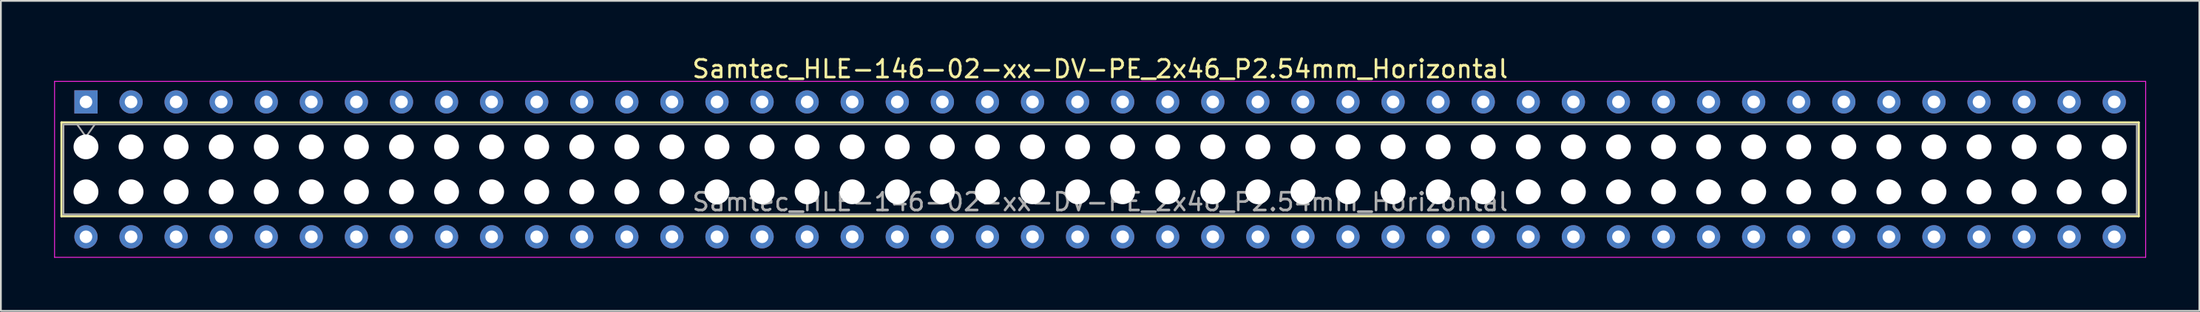
<source format=kicad_pcb>
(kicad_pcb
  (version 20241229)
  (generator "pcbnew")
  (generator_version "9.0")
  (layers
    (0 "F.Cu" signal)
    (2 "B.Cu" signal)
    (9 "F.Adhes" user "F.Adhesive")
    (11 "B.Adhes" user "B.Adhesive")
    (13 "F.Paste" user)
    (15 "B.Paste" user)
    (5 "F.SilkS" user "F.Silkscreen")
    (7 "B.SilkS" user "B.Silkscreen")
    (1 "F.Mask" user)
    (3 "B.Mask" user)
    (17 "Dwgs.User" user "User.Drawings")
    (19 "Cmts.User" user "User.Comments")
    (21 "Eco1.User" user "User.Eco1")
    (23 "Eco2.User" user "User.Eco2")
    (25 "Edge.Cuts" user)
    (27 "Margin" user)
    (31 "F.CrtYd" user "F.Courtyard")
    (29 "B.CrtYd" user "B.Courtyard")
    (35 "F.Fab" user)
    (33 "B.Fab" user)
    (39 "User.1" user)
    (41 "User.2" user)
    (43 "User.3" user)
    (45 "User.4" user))
  (footprint "Samtec_HLE-146-02-xx-DV-PE_2x46_P2.54mm_Horizontal"
    (layer "F.Cu")
    (at 1.795 2.708)
    (property "Reference" "Samtec_HLE-146-02-xx-DV-PE_2x46_P2.54mm_Horizontal" (at 57.15 -1.86 0) (layer "F.SilkS") (effects (font (size 1 1) (thickness 0.15))))
    (attr through_hole)
    (fp_line (start -1.38 1.16) (end 115.68 1.16) (stroke (width 0.12) (type solid)) (layer "F.SilkS"))
    (fp_line (start -1.38 6.46) (end -1.38 1.16) (stroke (width 0.12) (type solid)) (layer "F.SilkS"))
    (fp_line (start 115.68 1.16) (end 115.68 6.46) (stroke (width 0.12) (type solid)) (layer "F.SilkS"))
    (fp_line (start 115.68 6.46) (end -1.38 6.46) (stroke (width 0.12) (type solid)) (layer "F.SilkS"))
    (fp_line (start -1.77 -1.16) (end 116.07 -1.16) (stroke (width 0.05) (type solid)) (layer "F.CrtYd"))
    (fp_line (start -1.77 8.78) (end -1.77 -1.16) (stroke (width 0.05) (type solid)) (layer "F.CrtYd"))
    (fp_line (start 116.07 -1.16) (end 116.07 8.78) (stroke (width 0.05) (type solid)) (layer "F.CrtYd"))
    (fp_line (start 116.07 8.78) (end -1.77 8.78) (stroke (width 0.05) (type solid)) (layer "F.CrtYd"))
    (fp_line (start -1.27 1.27) (end 115.57 1.27) (stroke (width 0.1) (type solid)) (layer "F.Fab"))
    (fp_line (start -1.27 6.35) (end -1.27 1.27) (stroke (width 0.1) (type solid)) (layer "F.Fab"))
    (fp_line (start -0.5 1.27) (end 0 1.977) (stroke (width 0.1) (type solid)) (layer "F.Fab"))
    (fp_line (start 0 1.977) (end 0.5 1.27) (stroke (width 0.1) (type solid)) (layer "F.Fab"))
    (fp_line (start 115.57 1.27) (end 115.57 6.35) (stroke (width 0.1) (type solid)) (layer "F.Fab"))
    (fp_line (start 115.57 6.35) (end -1.27 6.35) (stroke (width 0.1) (type solid)) (layer "F.Fab"))
    (fp_text user "${REFERENCE}" (at 57.15 5.65 0) (layer "F.Fab") (effects (font (size 1 1) (thickness 0.15))))
    (pad "" np_thru_hole circle (at 0 2.54) (size 1.4 1.4) (drill 1.4) (layers "*.Cu" "*.Mask"))
    (pad "" np_thru_hole circle (at 0 5.08) (size 1.4 1.4) (drill 1.4) (layers "*.Cu" "*.Mask"))
    (pad "" np_thru_hole circle (at 2.54 2.54) (size 1.4 1.4) (drill 1.4) (layers "*.Cu" "*.Mask"))
    (pad "" np_thru_hole circle (at 2.54 5.08) (size 1.4 1.4) (drill 1.4) (layers "*.Cu" "*.Mask"))
    (pad "" np_thru_hole circle (at 5.08 2.54) (size 1.4 1.4) (drill 1.4) (layers "*.Cu" "*.Mask"))
    (pad "" np_thru_hole circle (at 5.08 5.08) (size 1.4 1.4) (drill 1.4) (layers "*.Cu" "*.Mask"))
    (pad "" np_thru_hole circle (at 7.62 2.54) (size 1.4 1.4) (drill 1.4) (layers "*.Cu" "*.Mask"))
    (pad "" np_thru_hole circle (at 7.62 5.08) (size 1.4 1.4) (drill 1.4) (layers "*.Cu" "*.Mask"))
    (pad "" np_thru_hole circle (at 10.16 2.54) (size 1.4 1.4) (drill 1.4) (layers "*.Cu" "*.Mask"))
    (pad "" np_thru_hole circle (at 10.16 5.08) (size 1.4 1.4) (drill 1.4) (layers "*.Cu" "*.Mask"))
    (pad "" np_thru_hole circle (at 12.7 2.54) (size 1.4 1.4) (drill 1.4) (layers "*.Cu" "*.Mask"))
    (pad "" np_thru_hole circle (at 12.7 5.08) (size 1.4 1.4) (drill 1.4) (layers "*.Cu" "*.Mask"))
    (pad "" np_thru_hole circle (at 15.24 2.54) (size 1.4 1.4) (drill 1.4) (layers "*.Cu" "*.Mask"))
    (pad "" np_thru_hole circle (at 15.24 5.08) (size 1.4 1.4) (drill 1.4) (layers "*.Cu" "*.Mask"))
    (pad "" np_thru_hole circle (at 17.78 2.54) (size 1.4 1.4) (drill 1.4) (layers "*.Cu" "*.Mask"))
    (pad "" np_thru_hole circle (at 17.78 5.08) (size 1.4 1.4) (drill 1.4) (layers "*.Cu" "*.Mask"))
    (pad "" np_thru_hole circle (at 20.32 2.54) (size 1.4 1.4) (drill 1.4) (layers "*.Cu" "*.Mask"))
    (pad "" np_thru_hole circle (at 20.32 5.08) (size 1.4 1.4) (drill 1.4) (layers "*.Cu" "*.Mask"))
    (pad "" np_thru_hole circle (at 22.86 2.54) (size 1.4 1.4) (drill 1.4) (layers "*.Cu" "*.Mask"))
    (pad "" np_thru_hole circle (at 22.86 5.08) (size 1.4 1.4) (drill 1.4) (layers "*.Cu" "*.Mask"))
    (pad "" np_thru_hole circle (at 25.4 2.54) (size 1.4 1.4) (drill 1.4) (layers "*.Cu" "*.Mask"))
    (pad "" np_thru_hole circle (at 25.4 5.08) (size 1.4 1.4) (drill 1.4) (layers "*.Cu" "*.Mask"))
    (pad "" np_thru_hole circle (at 27.94 2.54) (size 1.4 1.4) (drill 1.4) (layers "*.Cu" "*.Mask"))
    (pad "" np_thru_hole circle (at 27.94 5.08) (size 1.4 1.4) (drill 1.4) (layers "*.Cu" "*.Mask"))
    (pad "" np_thru_hole circle (at 30.48 2.54) (size 1.4 1.4) (drill 1.4) (layers "*.Cu" "*.Mask"))
    (pad "" np_thru_hole circle (at 30.48 5.08) (size 1.4 1.4) (drill 1.4) (layers "*.Cu" "*.Mask"))
    (pad "" np_thru_hole circle (at 33.02 2.54) (size 1.4 1.4) (drill 1.4) (layers "*.Cu" "*.Mask"))
    (pad "" np_thru_hole circle (at 33.02 5.08) (size 1.4 1.4) (drill 1.4) (layers "*.Cu" "*.Mask"))
    (pad "" np_thru_hole circle (at 35.56 2.54) (size 1.4 1.4) (drill 1.4) (layers "*.Cu" "*.Mask"))
    (pad "" np_thru_hole circle (at 35.56 5.08) (size 1.4 1.4) (drill 1.4) (layers "*.Cu" "*.Mask"))
    (pad "" np_thru_hole circle (at 38.1 2.54) (size 1.4 1.4) (drill 1.4) (layers "*.Cu" "*.Mask"))
    (pad "" np_thru_hole circle (at 38.1 5.08) (size 1.4 1.4) (drill 1.4) (layers "*.Cu" "*.Mask"))
    (pad "" np_thru_hole circle (at 40.64 2.54) (size 1.4 1.4) (drill 1.4) (layers "*.Cu" "*.Mask"))
    (pad "" np_thru_hole circle (at 40.64 5.08) (size 1.4 1.4) (drill 1.4) (layers "*.Cu" "*.Mask"))
    (pad "" np_thru_hole circle (at 43.18 2.54) (size 1.4 1.4) (drill 1.4) (layers "*.Cu" "*.Mask"))
    (pad "" np_thru_hole circle (at 43.18 5.08) (size 1.4 1.4) (drill 1.4) (layers "*.Cu" "*.Mask"))
    (pad "" np_thru_hole circle (at 45.72 2.54) (size 1.4 1.4) (drill 1.4) (layers "*.Cu" "*.Mask"))
    (pad "" np_thru_hole circle (at 45.72 5.08) (size 1.4 1.4) (drill 1.4) (layers "*.Cu" "*.Mask"))
    (pad "" np_thru_hole circle (at 48.26 2.54) (size 1.4 1.4) (drill 1.4) (layers "*.Cu" "*.Mask"))
    (pad "" np_thru_hole circle (at 48.26 5.08) (size 1.4 1.4) (drill 1.4) (layers "*.Cu" "*.Mask"))
    (pad "" np_thru_hole circle (at 50.8 2.54) (size 1.4 1.4) (drill 1.4) (layers "*.Cu" "*.Mask"))
    (pad "" np_thru_hole circle (at 50.8 5.08) (size 1.4 1.4) (drill 1.4) (layers "*.Cu" "*.Mask"))
    (pad "" np_thru_hole circle (at 53.34 2.54) (size 1.4 1.4) (drill 1.4) (layers "*.Cu" "*.Mask"))
    (pad "" np_thru_hole circle (at 53.34 5.08) (size 1.4 1.4) (drill 1.4) (layers "*.Cu" "*.Mask"))
    (pad "" np_thru_hole circle (at 55.88 2.54) (size 1.4 1.4) (drill 1.4) (layers "*.Cu" "*.Mask"))
    (pad "" np_thru_hole circle (at 55.88 5.08) (size 1.4 1.4) (drill 1.4) (layers "*.Cu" "*.Mask"))
    (pad "" np_thru_hole circle (at 58.42 2.54) (size 1.4 1.4) (drill 1.4) (layers "*.Cu" "*.Mask"))
    (pad "" np_thru_hole circle (at 58.42 5.08) (size 1.4 1.4) (drill 1.4) (layers "*.Cu" "*.Mask"))
    (pad "" np_thru_hole circle (at 60.96 2.54) (size 1.4 1.4) (drill 1.4) (layers "*.Cu" "*.Mask"))
    (pad "" np_thru_hole circle (at 60.96 5.08) (size 1.4 1.4) (drill 1.4) (layers "*.Cu" "*.Mask"))
    (pad "" np_thru_hole circle (at 63.5 2.54) (size 1.4 1.4) (drill 1.4) (layers "*.Cu" "*.Mask"))
    (pad "" np_thru_hole circle (at 63.5 5.08) (size 1.4 1.4) (drill 1.4) (layers "*.Cu" "*.Mask"))
    (pad "" np_thru_hole circle (at 66.04 2.54) (size 1.4 1.4) (drill 1.4) (layers "*.Cu" "*.Mask"))
    (pad "" np_thru_hole circle (at 66.04 5.08) (size 1.4 1.4) (drill 1.4) (layers "*.Cu" "*.Mask"))
    (pad "" np_thru_hole circle (at 68.58 2.54) (size 1.4 1.4) (drill 1.4) (layers "*.Cu" "*.Mask"))
    (pad "" np_thru_hole circle (at 68.58 5.08) (size 1.4 1.4) (drill 1.4) (layers "*.Cu" "*.Mask"))
    (pad "" np_thru_hole circle (at 71.12 2.54) (size 1.4 1.4) (drill 1.4) (layers "*.Cu" "*.Mask"))
    (pad "" np_thru_hole circle (at 71.12 5.08) (size 1.4 1.4) (drill 1.4) (layers "*.Cu" "*.Mask"))
    (pad "" np_thru_hole circle (at 73.66 2.54) (size 1.4 1.4) (drill 1.4) (layers "*.Cu" "*.Mask"))
    (pad "" np_thru_hole circle (at 73.66 5.08) (size 1.4 1.4) (drill 1.4) (layers "*.Cu" "*.Mask"))
    (pad "" np_thru_hole circle (at 76.2 2.54) (size 1.4 1.4) (drill 1.4) (layers "*.Cu" "*.Mask"))
    (pad "" np_thru_hole circle (at 76.2 5.08) (size 1.4 1.4) (drill 1.4) (layers "*.Cu" "*.Mask"))
    (pad "" np_thru_hole circle (at 78.74 2.54) (size 1.4 1.4) (drill 1.4) (layers "*.Cu" "*.Mask"))
    (pad "" np_thru_hole circle (at 78.74 5.08) (size 1.4 1.4) (drill 1.4) (layers "*.Cu" "*.Mask"))
    (pad "" np_thru_hole circle (at 81.28 2.54) (size 1.4 1.4) (drill 1.4) (layers "*.Cu" "*.Mask"))
    (pad "" np_thru_hole circle (at 81.28 5.08) (size 1.4 1.4) (drill 1.4) (layers "*.Cu" "*.Mask"))
    (pad "" np_thru_hole circle (at 83.82 2.54) (size 1.4 1.4) (drill 1.4) (layers "*.Cu" "*.Mask"))
    (pad "" np_thru_hole circle (at 83.82 5.08) (size 1.4 1.4) (drill 1.4) (layers "*.Cu" "*.Mask"))
    (pad "" np_thru_hole circle (at 86.36 2.54) (size 1.4 1.4) (drill 1.4) (layers "*.Cu" "*.Mask"))
    (pad "" np_thru_hole circle (at 86.36 5.08) (size 1.4 1.4) (drill 1.4) (layers "*.Cu" "*.Mask"))
    (pad "" np_thru_hole circle (at 88.9 2.54) (size 1.4 1.4) (drill 1.4) (layers "*.Cu" "*.Mask"))
    (pad "" np_thru_hole circle (at 88.9 5.08) (size 1.4 1.4) (drill 1.4) (layers "*.Cu" "*.Mask"))
    (pad "" np_thru_hole circle (at 91.44 2.54) (size 1.4 1.4) (drill 1.4) (layers "*.Cu" "*.Mask"))
    (pad "" np_thru_hole circle (at 91.44 5.08) (size 1.4 1.4) (drill 1.4) (layers "*.Cu" "*.Mask"))
    (pad "" np_thru_hole circle (at 93.98 2.54) (size 1.4 1.4) (drill 1.4) (layers "*.Cu" "*.Mask"))
    (pad "" np_thru_hole circle (at 93.98 5.08) (size 1.4 1.4) (drill 1.4) (layers "*.Cu" "*.Mask"))
    (pad "" np_thru_hole circle (at 96.52 2.54) (size 1.4 1.4) (drill 1.4) (layers "*.Cu" "*.Mask"))
    (pad "" np_thru_hole circle (at 96.52 5.08) (size 1.4 1.4) (drill 1.4) (layers "*.Cu" "*.Mask"))
    (pad "" np_thru_hole circle (at 99.06 2.54) (size 1.4 1.4) (drill 1.4) (layers "*.Cu" "*.Mask"))
    (pad "" np_thru_hole circle (at 99.06 5.08) (size 1.4 1.4) (drill 1.4) (layers "*.Cu" "*.Mask"))
    (pad "" np_thru_hole circle (at 101.6 2.54) (size 1.4 1.4) (drill 1.4) (layers "*.Cu" "*.Mask"))
    (pad "" np_thru_hole circle (at 101.6 5.08) (size 1.4 1.4) (drill 1.4) (layers "*.Cu" "*.Mask"))
    (pad "" np_thru_hole circle (at 104.14 2.54) (size 1.4 1.4) (drill 1.4) (layers "*.Cu" "*.Mask"))
    (pad "" np_thru_hole circle (at 104.14 5.08) (size 1.4 1.4) (drill 1.4) (layers "*.Cu" "*.Mask"))
    (pad "" np_thru_hole circle (at 106.68 2.54) (size 1.4 1.4) (drill 1.4) (layers "*.Cu" "*.Mask"))
    (pad "" np_thru_hole circle (at 106.68 5.08) (size 1.4 1.4) (drill 1.4) (layers "*.Cu" "*.Mask"))
    (pad "" np_thru_hole circle (at 109.22 2.54) (size 1.4 1.4) (drill 1.4) (layers "*.Cu" "*.Mask"))
    (pad "" np_thru_hole circle (at 109.22 5.08) (size 1.4 1.4) (drill 1.4) (layers "*.Cu" "*.Mask"))
    (pad "" np_thru_hole circle (at 111.76 2.54) (size 1.4 1.4) (drill 1.4) (layers "*.Cu" "*.Mask"))
    (pad "" np_thru_hole circle (at 111.76 5.08) (size 1.4 1.4) (drill 1.4) (layers "*.Cu" "*.Mask"))
    (pad "" np_thru_hole circle (at 114.3 2.54) (size 1.4 1.4) (drill 1.4) (layers "*.Cu" "*.Mask"))
    (pad "" np_thru_hole circle (at 114.3 5.08) (size 1.4 1.4) (drill 1.4) (layers "*.Cu" "*.Mask"))
    (pad "1" thru_hole rect (at 0 0) (size 1.31 1.31) (drill 0.71) (layers "*.Cu" "*.Mask"))
    (pad "2" thru_hole circle (at 0 7.62) (size 1.31 1.31) (drill 0.71) (layers "*.Cu" "*.Mask"))
    (pad "3" thru_hole circle (at 2.54 0) (size 1.31 1.31) (drill 0.71) (layers "*.Cu" "*.Mask"))
    (pad "4" thru_hole circle (at 2.54 7.62) (size 1.31 1.31) (drill 0.71) (layers "*.Cu" "*.Mask"))
    (pad "5" thru_hole circle (at 5.08 0) (size 1.31 1.31) (drill 0.71) (layers "*.Cu" "*.Mask"))
    (pad "6" thru_hole circle (at 5.08 7.62) (size 1.31 1.31) (drill 0.71) (layers "*.Cu" "*.Mask"))
    (pad "7" thru_hole circle (at 7.62 0) (size 1.31 1.31) (drill 0.71) (layers "*.Cu" "*.Mask"))
    (pad "8" thru_hole circle (at 7.62 7.62) (size 1.31 1.31) (drill 0.71) (layers "*.Cu" "*.Mask"))
    (pad "9" thru_hole circle (at 10.16 0) (size 1.31 1.31) (drill 0.71) (layers "*.Cu" "*.Mask"))
    (pad "10" thru_hole circle (at 10.16 7.62) (size 1.31 1.31) (drill 0.71) (layers "*.Cu" "*.Mask"))
    (pad "11" thru_hole circle (at 12.7 0) (size 1.31 1.31) (drill 0.71) (layers "*.Cu" "*.Mask"))
    (pad "12" thru_hole circle (at 12.7 7.62) (size 1.31 1.31) (drill 0.71) (layers "*.Cu" "*.Mask"))
    (pad "13" thru_hole circle (at 15.24 0) (size 1.31 1.31) (drill 0.71) (layers "*.Cu" "*.Mask"))
    (pad "14" thru_hole circle (at 15.24 7.62) (size 1.31 1.31) (drill 0.71) (layers "*.Cu" "*.Mask"))
    (pad "15" thru_hole circle (at 17.78 0) (size 1.31 1.31) (drill 0.71) (layers "*.Cu" "*.Mask"))
    (pad "16" thru_hole circle (at 17.78 7.62) (size 1.31 1.31) (drill 0.71) (layers "*.Cu" "*.Mask"))
    (pad "17" thru_hole circle (at 20.32 0) (size 1.31 1.31) (drill 0.71) (layers "*.Cu" "*.Mask"))
    (pad "18" thru_hole circle (at 20.32 7.62) (size 1.31 1.31) (drill 0.71) (layers "*.Cu" "*.Mask"))
    (pad "19" thru_hole circle (at 22.86 0) (size 1.31 1.31) (drill 0.71) (layers "*.Cu" "*.Mask"))
    (pad "20" thru_hole circle (at 22.86 7.62) (size 1.31 1.31) (drill 0.71) (layers "*.Cu" "*.Mask"))
    (pad "21" thru_hole circle (at 25.4 0) (size 1.31 1.31) (drill 0.71) (layers "*.Cu" "*.Mask"))
    (pad "22" thru_hole circle (at 25.4 7.62) (size 1.31 1.31) (drill 0.71) (layers "*.Cu" "*.Mask"))
    (pad "23" thru_hole circle (at 27.94 0) (size 1.31 1.31) (drill 0.71) (layers "*.Cu" "*.Mask"))
    (pad "24" thru_hole circle (at 27.94 7.62) (size 1.31 1.31) (drill 0.71) (layers "*.Cu" "*.Mask"))
    (pad "25" thru_hole circle (at 30.48 0) (size 1.31 1.31) (drill 0.71) (layers "*.Cu" "*.Mask"))
    (pad "26" thru_hole circle (at 30.48 7.62) (size 1.31 1.31) (drill 0.71) (layers "*.Cu" "*.Mask"))
    (pad "27" thru_hole circle (at 33.02 0) (size 1.31 1.31) (drill 0.71) (layers "*.Cu" "*.Mask"))
    (pad "28" thru_hole circle (at 33.02 7.62) (size 1.31 1.31) (drill 0.71) (layers "*.Cu" "*.Mask"))
    (pad "29" thru_hole circle (at 35.56 0) (size 1.31 1.31) (drill 0.71) (layers "*.Cu" "*.Mask"))
    (pad "30" thru_hole circle (at 35.56 7.62) (size 1.31 1.31) (drill 0.71) (layers "*.Cu" "*.Mask"))
    (pad "31" thru_hole circle (at 38.1 0) (size 1.31 1.31) (drill 0.71) (layers "*.Cu" "*.Mask"))
    (pad "32" thru_hole circle (at 38.1 7.62) (size 1.31 1.31) (drill 0.71) (layers "*.Cu" "*.Mask"))
    (pad "33" thru_hole circle (at 40.64 0) (size 1.31 1.31) (drill 0.71) (layers "*.Cu" "*.Mask"))
    (pad "34" thru_hole circle (at 40.64 7.62) (size 1.31 1.31) (drill 0.71) (layers "*.Cu" "*.Mask"))
    (pad "35" thru_hole circle (at 43.18 0) (size 1.31 1.31) (drill 0.71) (layers "*.Cu" "*.Mask"))
    (pad "36" thru_hole circle (at 43.18 7.62) (size 1.31 1.31) (drill 0.71) (layers "*.Cu" "*.Mask"))
    (pad "37" thru_hole circle (at 45.72 0) (size 1.31 1.31) (drill 0.71) (layers "*.Cu" "*.Mask"))
    (pad "38" thru_hole circle (at 45.72 7.62) (size 1.31 1.31) (drill 0.71) (layers "*.Cu" "*.Mask"))
    (pad "39" thru_hole circle (at 48.26 0) (size 1.31 1.31) (drill 0.71) (layers "*.Cu" "*.Mask"))
    (pad "40" thru_hole circle (at 48.26 7.62) (size 1.31 1.31) (drill 0.71) (layers "*.Cu" "*.Mask"))
    (pad "41" thru_hole circle (at 50.8 0) (size 1.31 1.31) (drill 0.71) (layers "*.Cu" "*.Mask"))
    (pad "42" thru_hole circle (at 50.8 7.62) (size 1.31 1.31) (drill 0.71) (layers "*.Cu" "*.Mask"))
    (pad "43" thru_hole circle (at 53.34 0) (size 1.31 1.31) (drill 0.71) (layers "*.Cu" "*.Mask"))
    (pad "44" thru_hole circle (at 53.34 7.62) (size 1.31 1.31) (drill 0.71) (layers "*.Cu" "*.Mask"))
    (pad "45" thru_hole circle (at 55.88 0) (size 1.31 1.31) (drill 0.71) (layers "*.Cu" "*.Mask"))
    (pad "46" thru_hole circle (at 55.88 7.62) (size 1.31 1.31) (drill 0.71) (layers "*.Cu" "*.Mask"))
    (pad "47" thru_hole circle (at 58.42 0) (size 1.31 1.31) (drill 0.71) (layers "*.Cu" "*.Mask"))
    (pad "48" thru_hole circle (at 58.42 7.62) (size 1.31 1.31) (drill 0.71) (layers "*.Cu" "*.Mask"))
    (pad "49" thru_hole circle (at 60.96 0) (size 1.31 1.31) (drill 0.71) (layers "*.Cu" "*.Mask"))
    (pad "50" thru_hole circle (at 60.96 7.62) (size 1.31 1.31) (drill 0.71) (layers "*.Cu" "*.Mask"))
    (pad "51" thru_hole circle (at 63.5 0) (size 1.31 1.31) (drill 0.71) (layers "*.Cu" "*.Mask"))
    (pad "52" thru_hole circle (at 63.5 7.62) (size 1.31 1.31) (drill 0.71) (layers "*.Cu" "*.Mask"))
    (pad "53" thru_hole circle (at 66.04 0) (size 1.31 1.31) (drill 0.71) (layers "*.Cu" "*.Mask"))
    (pad "54" thru_hole circle (at 66.04 7.62) (size 1.31 1.31) (drill 0.71) (layers "*.Cu" "*.Mask"))
    (pad "55" thru_hole circle (at 68.58 0) (size 1.31 1.31) (drill 0.71) (layers "*.Cu" "*.Mask"))
    (pad "56" thru_hole circle (at 68.58 7.62) (size 1.31 1.31) (drill 0.71) (layers "*.Cu" "*.Mask"))
    (pad "57" thru_hole circle (at 71.12 0) (size 1.31 1.31) (drill 0.71) (layers "*.Cu" "*.Mask"))
    (pad "58" thru_hole circle (at 71.12 7.62) (size 1.31 1.31) (drill 0.71) (layers "*.Cu" "*.Mask"))
    (pad "59" thru_hole circle (at 73.66 0) (size 1.31 1.31) (drill 0.71) (layers "*.Cu" "*.Mask"))
    (pad "60" thru_hole circle (at 73.66 7.62) (size 1.31 1.31) (drill 0.71) (layers "*.Cu" "*.Mask"))
    (pad "61" thru_hole circle (at 76.2 0) (size 1.31 1.31) (drill 0.71) (layers "*.Cu" "*.Mask"))
    (pad "62" thru_hole circle (at 76.2 7.62) (size 1.31 1.31) (drill 0.71) (layers "*.Cu" "*.Mask"))
    (pad "63" thru_hole circle (at 78.74 0) (size 1.31 1.31) (drill 0.71) (layers "*.Cu" "*.Mask"))
    (pad "64" thru_hole circle (at 78.74 7.62) (size 1.31 1.31) (drill 0.71) (layers "*.Cu" "*.Mask"))
    (pad "65" thru_hole circle (at 81.28 0) (size 1.31 1.31) (drill 0.71) (layers "*.Cu" "*.Mask"))
    (pad "66" thru_hole circle (at 81.28 7.62) (size 1.31 1.31) (drill 0.71) (layers "*.Cu" "*.Mask"))
    (pad "67" thru_hole circle (at 83.82 0) (size 1.31 1.31) (drill 0.71) (layers "*.Cu" "*.Mask"))
    (pad "68" thru_hole circle (at 83.82 7.62) (size 1.31 1.31) (drill 0.71) (layers "*.Cu" "*.Mask"))
    (pad "69" thru_hole circle (at 86.36 0) (size 1.31 1.31) (drill 0.71) (layers "*.Cu" "*.Mask"))
    (pad "70" thru_hole circle (at 86.36 7.62) (size 1.31 1.31) (drill 0.71) (layers "*.Cu" "*.Mask"))
    (pad "71" thru_hole circle (at 88.9 0) (size 1.31 1.31) (drill 0.71) (layers "*.Cu" "*.Mask"))
    (pad "72" thru_hole circle (at 88.9 7.62) (size 1.31 1.31) (drill 0.71) (layers "*.Cu" "*.Mask"))
    (pad "73" thru_hole circle (at 91.44 0) (size 1.31 1.31) (drill 0.71) (layers "*.Cu" "*.Mask"))
    (pad "74" thru_hole circle (at 91.44 7.62) (size 1.31 1.31) (drill 0.71) (layers "*.Cu" "*.Mask"))
    (pad "75" thru_hole circle (at 93.98 0) (size 1.31 1.31) (drill 0.71) (layers "*.Cu" "*.Mask"))
    (pad "76" thru_hole circle (at 93.98 7.62) (size 1.31 1.31) (drill 0.71) (layers "*.Cu" "*.Mask"))
    (pad "77" thru_hole circle (at 96.52 0) (size 1.31 1.31) (drill 0.71) (layers "*.Cu" "*.Mask"))
    (pad "78" thru_hole circle (at 96.52 7.62) (size 1.31 1.31) (drill 0.71) (layers "*.Cu" "*.Mask"))
    (pad "79" thru_hole circle (at 99.06 0) (size 1.31 1.31) (drill 0.71) (layers "*.Cu" "*.Mask"))
    (pad "80" thru_hole circle (at 99.06 7.62) (size 1.31 1.31) (drill 0.71) (layers "*.Cu" "*.Mask"))
    (pad "81" thru_hole circle (at 101.6 0) (size 1.31 1.31) (drill 0.71) (layers "*.Cu" "*.Mask"))
    (pad "82" thru_hole circle (at 101.6 7.62) (size 1.31 1.31) (drill 0.71) (layers "*.Cu" "*.Mask"))
    (pad "83" thru_hole circle (at 104.14 0) (size 1.31 1.31) (drill 0.71) (layers "*.Cu" "*.Mask"))
    (pad "84" thru_hole circle (at 104.14 7.62) (size 1.31 1.31) (drill 0.71) (layers "*.Cu" "*.Mask"))
    (pad "85" thru_hole circle (at 106.68 0) (size 1.31 1.31) (drill 0.71) (layers "*.Cu" "*.Mask"))
    (pad "86" thru_hole circle (at 106.68 7.62) (size 1.31 1.31) (drill 0.71) (layers "*.Cu" "*.Mask"))
    (pad "87" thru_hole circle (at 109.22 0) (size 1.31 1.31) (drill 0.71) (layers "*.Cu" "*.Mask"))
    (pad "88" thru_hole circle (at 109.22 7.62) (size 1.31 1.31) (drill 0.71) (layers "*.Cu" "*.Mask"))
    (pad "89" thru_hole circle (at 111.76 0) (size 1.31 1.31) (drill 0.71) (layers "*.Cu" "*.Mask"))
    (pad "90" thru_hole circle (at 111.76 7.62) (size 1.31 1.31) (drill 0.71) (layers "*.Cu" "*.Mask"))
    (pad "91" thru_hole circle (at 114.3 0) (size 1.31 1.31) (drill 0.71) (layers "*.Cu" "*.Mask"))
    (pad "92" thru_hole circle (at 114.3 7.62) (size 1.31 1.31) (drill 0.71) (layers "*.Cu" "*.Mask")))
  (gr_rect
    (start -3 -3)
    (end 120.89 14.513)
    (stroke (width 0.1) (type default))
    (fill no)
    (layer "Edge.Cuts")))
</source>
